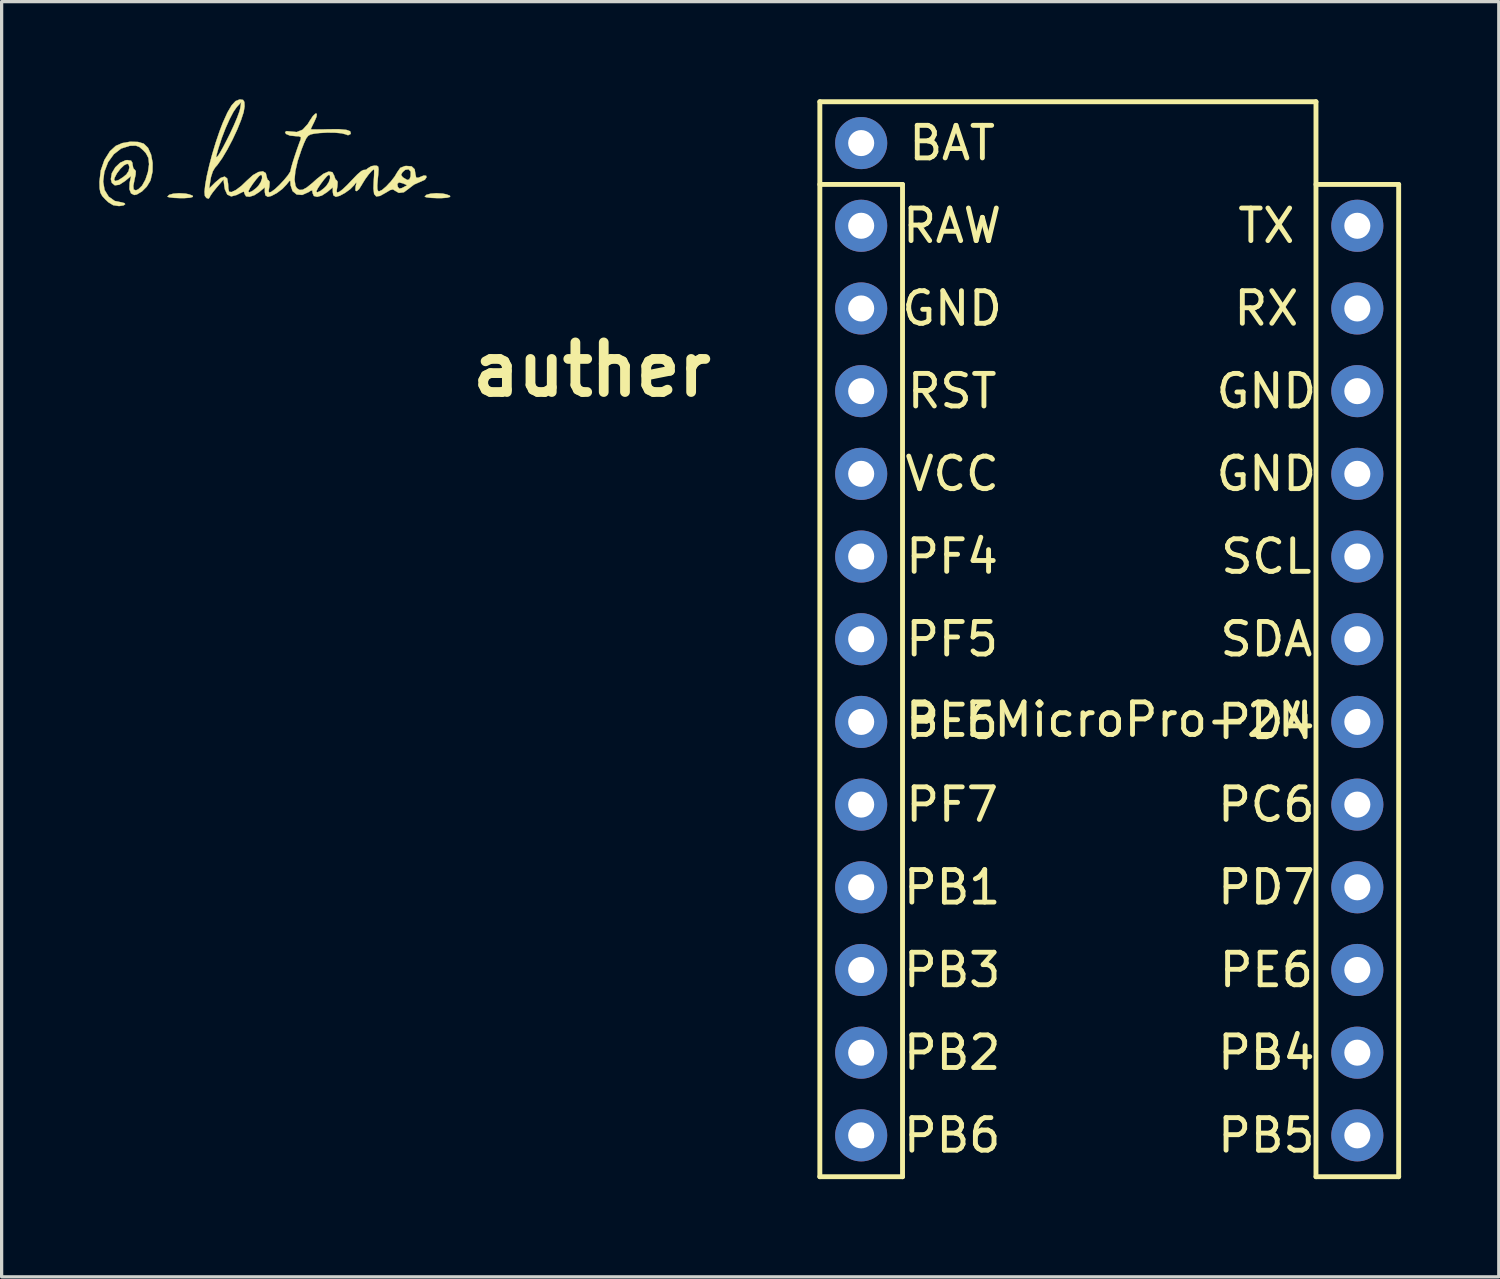
<source format=kicad_pcb>
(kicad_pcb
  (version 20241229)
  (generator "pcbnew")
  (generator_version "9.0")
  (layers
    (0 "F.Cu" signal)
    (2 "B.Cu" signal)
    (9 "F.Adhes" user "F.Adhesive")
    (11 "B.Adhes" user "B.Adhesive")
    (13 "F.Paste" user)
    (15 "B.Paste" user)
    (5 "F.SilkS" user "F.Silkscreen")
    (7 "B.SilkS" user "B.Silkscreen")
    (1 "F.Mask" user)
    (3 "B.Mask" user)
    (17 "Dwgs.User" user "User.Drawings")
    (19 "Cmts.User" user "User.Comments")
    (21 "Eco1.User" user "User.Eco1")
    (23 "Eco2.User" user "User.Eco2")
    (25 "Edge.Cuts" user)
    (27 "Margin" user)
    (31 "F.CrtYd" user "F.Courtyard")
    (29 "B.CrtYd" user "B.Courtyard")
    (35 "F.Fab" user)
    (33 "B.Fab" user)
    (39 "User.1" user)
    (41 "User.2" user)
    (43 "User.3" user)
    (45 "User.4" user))
  (footprint "BLEMicroPro-2N"
    (layer "F.Cu")
    (at 31.023 17.855)
    (property "Reference" "BLEMicroPro-2N" (at 0 1.2 0) (layer "F.SilkS") (effects (font (size 1 1) (thickness 0.15))))
    (attr through_hole)
    (fp_line (start -8.89 -17.78) (end -8.89 15.24) (stroke (width 0.15) (type solid)) (layer "F.SilkS"))
    (fp_line (start -8.89 15.24) (end -6.35 15.24) (stroke (width 0.15) (type solid)) (layer "F.SilkS"))
    (fp_line (start -6.35 -15.24) (end -8.89 -15.24) (stroke (width 0.15) (type solid)) (layer "F.SilkS"))
    (fp_line (start -6.35 15.24) (end -6.35 -15.24) (stroke (width 0.15) (type solid)) (layer "F.SilkS"))
    (fp_line (start 6.35 -17.78) (end -8.89 -17.78) (stroke (width 0.15) (type solid)) (layer "F.SilkS"))
    (fp_line (start 6.35 -17.78) (end 6.35 15.24) (stroke (width 0.15) (type solid)) (layer "F.SilkS"))
    (fp_line (start 6.35 15.24) (end 8.89 15.24) (stroke (width 0.15) (type solid)) (layer "F.SilkS"))
    (fp_line (start 8.89 -15.24) (end 6.35 -15.24) (stroke (width 0.15) (type solid)) (layer "F.SilkS"))
    (fp_line (start 8.89 15.24) (end 8.89 -15.24) (stroke (width 0.15) (type solid)) (layer "F.SilkS"))
    (fp_text user "PB1" (at -4.826 6.35 0) (layer "F.SilkS") (effects (font (size 1 1) (thickness 0.15))))
    (fp_text user "VCC" (at -4.826 -6.35 0) (layer "F.SilkS") (effects (font (size 1 1) (thickness 0.15))))
    (fp_text user "PB2" (at -4.826 11.43 0) (layer "F.SilkS") (effects (font (size 1 1) (thickness 0.15))))
    (fp_text user "PB6" (at -4.826 13.97 0) (layer "F.SilkS") (effects (font (size 1 1) (thickness 0.15))))
    (fp_text user "GND" (at 4.826 -6.35 0) (layer "F.SilkS") (effects (font (size 1 1) (thickness 0.15))))
    (fp_text user "BAT" (at -4.826 -16.51 0) (layer "F.SilkS") (effects (font (size 1 1) (thickness 0.15))))
    (fp_text user "PD4" (at 4.826 1.27 0) (layer "F.SilkS") (effects (font (size 1 1) (thickness 0.15))))
    (fp_text user "RAW" (at -4.826 -13.97 0) (layer "F.SilkS") (effects (font (size 1 1) (thickness 0.15))))
    (fp_text user "PE6" (at 4.826 8.89 0) (layer "F.SilkS") (effects (font (size 1 1) (thickness 0.15))))
    (fp_text user "PF5" (at -4.826 -1.27 0) (layer "F.SilkS") (effects (font (size 1 1) (thickness 0.15))))
    (fp_text user "RST" (at -4.826 -8.89 0) (layer "F.SilkS") (effects (font (size 1 1) (thickness 0.15))))
    (fp_text user "TX" (at 4.826 -13.97 0) (layer "F.SilkS") (effects (font (size 1 1) (thickness 0.15))))
    (fp_text user "GND" (at 4.826 -8.89 0) (layer "F.SilkS") (effects (font (size 1 1) (thickness 0.15))))
    (fp_text user "PF4" (at -4.826 -3.81 0) (layer "F.SilkS") (effects (font (size 1 1) (thickness 0.15))))
    (fp_text user "SDA" (at 4.826 -1.27 0) (layer "F.SilkS") (effects (font (size 1 1) (thickness 0.15))))
    (fp_text user "PB3" (at -4.826 8.89 0) (layer "F.SilkS") (effects (font (size 1 1) (thickness 0.15))))
    (fp_text user "SCL" (at 4.826 -3.81 0) (layer "F.SilkS") (effects (font (size 1 1) (thickness 0.15))))
    (fp_text user "PD7" (at 4.826 6.35 0) (layer "F.SilkS") (effects (font (size 1 1) (thickness 0.15))))
    (fp_text user "PB4" (at 4.826 11.43 0) (layer "F.SilkS") (effects (font (size 1 1) (thickness 0.15))))
    (fp_text user "PC6" (at 4.826 3.81 0) (layer "F.SilkS") (effects (font (size 1 1) (thickness 0.15))))
    (fp_text user "GND" (at -4.826 -11.43 0) (layer "F.SilkS") (effects (font (size 1 1) (thickness 0.15))))
    (fp_text user "RX" (at 4.826 -11.43 0) (layer "F.SilkS") (effects (font (size 1 1) (thickness 0.15))))
    (fp_text user "PF6" (at -4.826 1.27 0) (layer "F.SilkS") (effects (font (size 1 1) (thickness 0.15))))
    (fp_text user "PF7" (at -4.826 3.81 0) (layer "F.SilkS") (effects (font (size 1 1) (thickness 0.15))))
    (fp_text user "PB5" (at 4.826 13.97 0) (layer "F.SilkS") (effects (font (size 1 1) (thickness 0.15))))
    (pad "1" thru_hole circle (at 7.62 -13.97 180) (size 1.6 1.6) (drill 0.8) (layers "*.Cu" "*.Mask"))
    (pad "2" thru_hole circle (at 7.62 -11.43 180) (size 1.6 1.6) (drill 0.8) (layers "*.Cu" "*.Mask"))
    (pad "3" thru_hole circle (at 7.62 -8.89 180) (size 1.6 1.6) (drill 0.8) (layers "*.Cu" "*.Mask"))
    (pad "4" thru_hole circle (at 7.62 -6.35 180) (size 1.6 1.6) (drill 0.8) (layers "*.Cu" "*.Mask"))
    (pad "5" thru_hole circle (at 7.62 -3.81 180) (size 1.6 1.6) (drill 0.8) (layers "*.Cu" "*.Mask"))
    (pad "6" thru_hole circle (at 7.62 -1.27 180) (size 1.6 1.6) (drill 0.8) (layers "*.Cu" "*.Mask"))
    (pad "7" thru_hole circle (at 7.62 1.27 180) (size 1.6 1.6) (drill 0.8) (layers "*.Cu" "*.Mask"))
    (pad "8" thru_hole circle (at 7.62 3.81 180) (size 1.6 1.6) (drill 0.8) (layers "*.Cu" "*.Mask"))
    (pad "9" thru_hole circle (at 7.62 6.35 180) (size 1.6 1.6) (drill 0.8) (layers "*.Cu" "*.Mask"))
    (pad "10" thru_hole circle (at 7.62 8.89 180) (size 1.6 1.6) (drill 0.8) (layers "*.Cu" "*.Mask"))
    (pad "11" thru_hole circle (at 7.62 11.43 180) (size 1.6 1.6) (drill 0.8) (layers "*.Cu" "*.Mask"))
    (pad "12" thru_hole circle (at 7.62 13.97 180) (size 1.6 1.6) (drill 0.8) (layers "*.Cu" "*.Mask"))
    (pad "13" thru_hole circle (at -7.62 13.97 180) (size 1.6 1.6) (drill 0.8) (layers "*.Cu" "*.Mask"))
    (pad "14" thru_hole circle (at -7.62 11.43 180) (size 1.6 1.6) (drill 0.8) (layers "*.Cu" "*.Mask"))
    (pad "15" thru_hole circle (at -7.62 8.89 180) (size 1.6 1.6) (drill 0.8) (layers "*.Cu" "*.Mask"))
    (pad "16" thru_hole circle (at -7.62 6.35 180) (size 1.6 1.6) (drill 0.8) (layers "*.Cu" "*.Mask"))
    (pad "17" thru_hole circle (at -7.62 3.81 180) (size 1.6 1.6) (drill 0.8) (layers "*.Cu" "*.Mask"))
    (pad "18" thru_hole circle (at -7.62 1.27 180) (size 1.6 1.6) (drill 0.8) (layers "*.Cu" "*.Mask"))
    (pad "19" thru_hole circle (at -7.62 -1.27 180) (size 1.6 1.6) (drill 0.8) (layers "*.Cu" "*.Mask"))
    (pad "20" thru_hole circle (at -7.62 -3.81 180) (size 1.6 1.6) (drill 0.8) (layers "*.Cu" "*.Mask"))
    (pad "21" thru_hole circle (at -7.62 -6.35 180) (size 1.6 1.6) (drill 0.8) (layers "*.Cu" "*.Mask"))
    (pad "22" thru_hole circle (at -7.62 -8.89 180) (size 1.6 1.6) (drill 0.8) (layers "*.Cu" "*.Mask"))
    (pad "23" thru_hole circle (at -7.62 -11.43 180) (size 1.6 1.6) (drill 0.8) (layers "*.Cu" "*.Mask"))
    (pad "24" thru_hole circle (at -7.62 -13.97 180) (size 1.6 1.6) (drill 0.8) (layers "*.Cu" "*.Mask"))
    (pad "25" thru_hole circle (at -7.62 -16.51 180) (size 1.6 1.6) (drill 0.8) (layers "*.Cu" "*.Mask")))
  (footprint "auther"
    (layer "F.Cu")
    (at 15.132 8.302)
    (property "Reference" "auther" (at 0 0 0) (layer "F.SilkS") (effects (font (size 1.524 1.524) (thickness 0.3))))
    (attr through_hole)
    (fp_poly (pts (xy -12.49 -5.406) (xy -12.375 -5.383) (xy -12.264 -5.341) (xy -12.257 -5.305) (xy -12.347 -5.279) (xy -12.527 -5.266) (xy -12.644 -5.266) (xy -12.838 -5.274) (xy -12.979 -5.29) (xy -13.038 -5.309) (xy -13.039 -5.311) (xy -12.988 -5.367) (xy -12.858 -5.403) (xy -12.682 -5.417) (xy -12.49 -5.406)) (stroke (width 0.01) (type solid)) (fill yes) (layer "F.SilkS"))
    (fp_poly (pts (xy -4.588 -5.406) (xy -4.473 -5.383) (xy -4.361 -5.341) (xy -4.355 -5.305) (xy -4.445 -5.279) (xy -4.624 -5.266) (xy -4.741 -5.266) (xy -4.936 -5.274) (xy -5.077 -5.29) (xy -5.136 -5.309) (xy -5.136 -5.311) (xy -5.086 -5.367) (xy -4.956 -5.403) (xy -4.779 -5.417) (xy -4.588 -5.406)) (stroke (width 0.01) (type solid)) (fill yes) (layer "F.SilkS"))
    (fp_poly (pts (xy -13.944 -6.992) (xy -13.769 -6.941) (xy -13.635 -6.811) (xy -13.542 -6.604) (xy -13.494 -6.35) (xy -13.497 -6.08) (xy -13.556 -5.824) (xy -13.568 -5.793) (xy -13.674 -5.619) (xy -13.822 -5.471) (xy -13.978 -5.379) (xy -14.058 -5.362) (xy -14.157 -5.411) (xy -14.207 -5.542) (xy -14.2 -5.734) (xy -14.193 -5.769) (xy -14.154 -5.948) (xy -14.338 -5.793) (xy -14.516 -5.678) (xy -14.655 -5.659) (xy -14.747 -5.734) (xy -14.771 -5.827) (xy -14.676 -5.827) (xy -14.638 -5.791) (xy -14.539 -5.822) (xy -14.401 -5.911) (xy -14.301 -5.994) (xy -14.232 -6.097) (xy -14.208 -6.213) (xy -14.231 -6.3) (xy -14.276 -6.322) (xy -14.37 -6.277) (xy -14.484 -6.167) (xy -14.592 -6.026) (xy -14.662 -5.89) (xy -14.676 -5.827) (xy -14.771 -5.827) (xy -14.777 -5.851) (xy -14.747 -6.032) (xy -14.642 -6.211) (xy -14.49 -6.355) (xy -14.322 -6.43) (xy -14.275 -6.435) (xy -14.156 -6.418) (xy -14.114 -6.349) (xy -14.111 -6.298) (xy -14.087 -6.185) (xy -14.045 -6.14) (xy -14.011 -6.097) (xy -14.016 -5.99) (xy -14.047 -5.85) (xy -14.087 -5.643) (xy -14.075 -5.53) (xy -14.009 -5.506) (xy -13.934 -5.536) (xy -13.818 -5.649) (xy -13.714 -5.837) (xy -13.638 -6.064) (xy -13.605 -6.293) (xy -13.604 -6.312) (xy -13.623 -6.5) (xy -13.698 -6.643) (xy -13.775 -6.728) (xy -13.898 -6.836) (xy -14.01 -6.878) (xy -14.169 -6.875) (xy -14.203 -6.871) (xy -14.461 -6.789) (xy -14.686 -6.615) (xy -14.863 -6.37) (xy -14.977 -6.074) (xy -15.014 -5.773) (xy -14.969 -5.516) (xy -14.843 -5.311) (xy -14.655 -5.178) (xy -14.447 -5.136) (xy -14.357 -5.112) (xy -14.337 -5.08) (xy -14.387 -5.043) (xy -14.509 -5.024) (xy -14.54 -5.024) (xy -14.705 -5.049) (xy -14.854 -5.14) (xy -14.935 -5.215) (xy -15.041 -5.33) (xy -15.098 -5.434) (xy -15.122 -5.568) (xy -15.127 -5.77) (xy -15.087 -6.116) (xy -14.975 -6.438) (xy -14.806 -6.707) (xy -14.625 -6.872) (xy -14.426 -6.957) (xy -14.183 -6.999) (xy -13.944 -6.992)) (stroke (width 0.01) (type solid)) (fill yes) (layer "F.SilkS"))
    (fp_poly (pts (xy -10.715 -8.283) (xy -10.676 -8.22) (xy -10.669 -8.086) (xy -10.698 -7.907) (xy -10.779 -7.66) (xy -10.897 -7.369) (xy -11.041 -7.061) (xy -11.199 -6.76) (xy -11.359 -6.491) (xy -11.508 -6.281) (xy -11.577 -6.203) (xy -11.645 -6.089) (xy -11.701 -5.915) (xy -11.716 -5.833) (xy -11.757 -5.563) (xy -11.575 -5.745) (xy -11.405 -5.887) (xy -11.28 -5.928) (xy -11.203 -5.87) (xy -11.176 -5.712) (xy -11.176 -5.71) (xy -11.168 -5.562) (xy -11.147 -5.468) (xy -11.141 -5.459) (xy -11.062 -5.454) (xy -11.04 -5.465) (xy -10.555 -5.465) (xy -10.519 -5.444) (xy -10.431 -5.485) (xy -10.317 -5.572) (xy -10.248 -5.641) (xy -10.172 -5.756) (xy -10.132 -5.876) (xy -10.136 -5.962) (xy -10.169 -5.983) (xy -10.226 -5.941) (xy -10.317 -5.836) (xy -10.419 -5.702) (xy -10.505 -5.572) (xy -10.552 -5.479) (xy -10.555 -5.465) (xy -11.04 -5.465) (xy -10.931 -5.519) (xy -10.769 -5.641) (xy -10.598 -5.805) (xy -10.596 -5.807) (xy -10.413 -5.973) (xy -10.245 -6.068) (xy -10.108 -6.09) (xy -10.018 -6.036) (xy -9.991 -5.923) (xy -9.965 -5.833) (xy -9.932 -5.814) (xy -9.899 -5.764) (xy -9.908 -5.624) (xy -9.911 -5.61) (xy -9.93 -5.48) (xy -9.914 -5.437) (xy -9.851 -5.459) (xy -9.843 -5.464) (xy -9.735 -5.543) (xy -9.598 -5.672) (xy -9.458 -5.822) (xy -9.34 -5.965) (xy -9.268 -6.076) (xy -9.257 -6.111) (xy -9.239 -6.196) (xy -9.193 -6.356) (xy -9.128 -6.559) (xy -9.055 -6.776) (xy -8.984 -6.974) (xy -8.946 -7.07) (xy -8.938 -7.139) (xy -9.006 -7.166) (xy -9.077 -7.168) (xy -9.275 -7.187) (xy -9.397 -7.238) (xy -9.426 -7.293) (xy -9.38 -7.325) (xy -9.291 -7.316) (xy -9.066 -7.296) (xy -8.885 -7.369) (xy -8.728 -7.542) (xy -8.677 -7.627) (xy -8.572 -7.787) (xy -8.492 -7.864) (xy -8.45 -7.856) (xy -8.461 -7.765) (xy -8.524 -7.619) (xy -8.592 -7.482) (xy -8.632 -7.395) (xy -8.636 -7.382) (xy -8.584 -7.377) (xy -8.443 -7.376) (xy -8.237 -7.378) (xy -8.086 -7.382) (xy -7.763 -7.383) (xy -7.545 -7.363) (xy -7.428 -7.322) (xy -7.406 -7.257) (xy -7.419 -7.231) (xy -7.491 -7.198) (xy -7.563 -7.225) (xy -7.688 -7.258) (xy -7.89 -7.276) (xy -8.132 -7.279) (xy -8.378 -7.265) (xy -8.536 -7.245) (xy -8.641 -7.223) (xy -8.715 -7.181) (xy -8.777 -7.099) (xy -8.845 -6.952) (xy -8.918 -6.766) (xy -9.037 -6.412) (xy -9.11 -6.096) (xy -9.134 -5.835) (xy -9.107 -5.647) (xy -9.062 -5.571) (xy -8.982 -5.518) (xy -8.887 -5.523) (xy -8.761 -5.591) (xy -8.586 -5.732) (xy -8.451 -5.854) (xy -8.248 -6.013) (xy -8.086 -6.084) (xy -7.972 -6.064) (xy -7.914 -5.952) (xy -7.912 -5.941) (xy -7.877 -5.842) (xy -7.839 -5.814) (xy -7.811 -5.764) (xy -7.818 -5.634) (xy -7.822 -5.61) (xy -7.842 -5.48) (xy -7.826 -5.437) (xy -7.762 -5.46) (xy -7.748 -5.467) (xy -7.656 -5.537) (xy -7.519 -5.667) (xy -7.364 -5.829) (xy -7.349 -5.845) (xy -7.206 -5.993) (xy -7.088 -6.095) (xy -7.016 -6.132) (xy -7.009 -6.13) (xy -6.934 -6.14) (xy -6.886 -6.181) (xy -6.778 -6.247) (xy -6.676 -6.265) (xy -6.604 -6.261) (xy -6.565 -6.232) (xy -6.553 -6.153) (xy -6.563 -6.001) (xy -6.576 -5.87) (xy -6.593 -5.658) (xy -6.59 -5.536) (xy -6.565 -5.483) (xy -6.537 -5.475) (xy -6.446 -5.517) (xy -6.318 -5.626) (xy -6.248 -5.701) (xy -5.978 -5.701) (xy -5.963 -5.616) (xy -5.919 -5.558) (xy -5.838 -5.576) (xy -5.802 -5.594) (xy -5.675 -5.662) (xy -5.801 -5.719) (xy -5.927 -5.749) (xy -5.978 -5.701) (xy -6.248 -5.701) (xy -6.179 -5.774) (xy -6.055 -5.934) (xy -6.027 -5.981) (xy -5.862 -5.981) (xy -5.815 -5.914) (xy -5.787 -5.892) (xy -5.671 -5.824) (xy -5.607 -5.841) (xy -5.569 -5.936) (xy -5.566 -6.081) (xy -5.631 -6.152) (xy -5.735 -6.135) (xy -5.819 -6.062) (xy -5.862 -5.981) (xy -6.027 -5.981) (xy -5.976 -6.068) (xy -5.886 -6.196) (xy -5.749 -6.25) (xy -5.706 -6.255) (xy -5.537 -6.242) (xy -5.445 -6.153) (xy -5.42 -5.991) (xy -5.398 -5.896) (xy -5.334 -5.892) (xy -5.201 -5.946) (xy -5.165 -5.961) (xy -5.092 -5.954) (xy -5.08 -5.907) (xy -5.132 -5.83) (xy -5.27 -5.767) (xy -5.282 -5.763) (xy -5.461 -5.684) (xy -5.614 -5.568) (xy -5.618 -5.563) (xy -5.776 -5.446) (xy -5.931 -5.427) (xy -6.05 -5.495) (xy -6.111 -5.534) (xy -6.195 -5.515) (xy -6.333 -5.432) (xy -6.509 -5.334) (xy -6.625 -5.318) (xy -6.69 -5.392) (xy -6.711 -5.562) (xy -6.704 -5.758) (xy -6.692 -5.953) (xy -6.689 -6.093) (xy -6.693 -6.152) (xy -6.694 -6.152) (xy -6.756 -6.109) (xy -6.852 -6.001) (xy -6.958 -5.857) (xy -7.05 -5.709) (xy -7.062 -5.687) (xy -7.152 -5.543) (xy -7.225 -5.48) (xy -7.266 -5.502) (xy -7.26 -5.613) (xy -7.256 -5.63) (xy -7.233 -5.736) (xy -7.249 -5.739) (xy -7.306 -5.663) (xy -7.424 -5.542) (xy -7.586 -5.425) (xy -7.75 -5.337) (xy -7.867 -5.306) (xy -7.942 -5.353) (xy -7.959 -5.452) (xy -7.959 -5.598) (xy -8.132 -5.452) (xy -8.295 -5.346) (xy -8.439 -5.306) (xy -8.542 -5.332) (xy -8.58 -5.422) (xy -8.584 -5.465) (xy -8.467 -5.465) (xy -8.431 -5.444) (xy -8.342 -5.485) (xy -8.229 -5.572) (xy -8.159 -5.641) (xy -8.083 -5.756) (xy -8.043 -5.876) (xy -8.047 -5.962) (xy -8.081 -5.983) (xy -8.137 -5.941) (xy -8.229 -5.836) (xy -8.33 -5.702) (xy -8.417 -5.572) (xy -8.464 -5.479) (xy -8.467 -5.465) (xy -8.584 -5.465) (xy -8.588 -5.5) (xy -8.633 -5.497) (xy -8.705 -5.45) (xy -8.899 -5.364) (xy -9.069 -5.378) (xy -9.195 -5.481) (xy -9.256 -5.664) (xy -9.259 -5.711) (xy -9.264 -5.795) (xy -9.29 -5.796) (xy -9.358 -5.712) (xy -9.374 -5.69) (xy -9.508 -5.55) (xy -9.678 -5.422) (xy -9.846 -5.333) (xy -9.955 -5.306) (xy -10.03 -5.353) (xy -10.047 -5.452) (xy -10.047 -5.598) (xy -10.221 -5.452) (xy -10.373 -5.354) (xy -10.517 -5.309) (xy -10.624 -5.321) (xy -10.668 -5.393) (xy -10.668 -5.395) (xy -10.689 -5.462) (xy -10.71 -5.464) (xy -10.787 -5.426) (xy -10.912 -5.364) (xy -10.912 -5.363) (xy -11.08 -5.319) (xy -11.201 -5.376) (xy -11.274 -5.536) (xy -11.289 -5.62) (xy -11.317 -5.838) (xy -11.529 -5.59) (xy -11.644 -5.448) (xy -11.72 -5.339) (xy -11.74 -5.296) (xy -11.773 -5.25) (xy -11.84 -5.27) (xy -11.889 -5.334) (xy -11.9 -5.46) (xy -11.878 -5.673) (xy -11.828 -5.952) (xy -11.753 -6.276) (xy -11.687 -6.527) (xy -11.541 -6.527) (xy -11.521 -6.527) (xy -11.479 -6.576) (xy -11.418 -6.672) (xy -11.323 -6.843) (xy -11.208 -7.064) (xy -11.114 -7.253) (xy -10.997 -7.504) (xy -10.898 -7.738) (xy -10.829 -7.925) (xy -10.805 -8.015) (xy -10.772 -8.213) (xy -10.91 -8.063) (xy -11.011 -7.918) (xy -11.13 -7.691) (xy -11.255 -7.411) (xy -11.373 -7.104) (xy -11.473 -6.797) (xy -11.48 -6.773) (xy -11.527 -6.604) (xy -11.541 -6.527) (xy -11.687 -6.527) (xy -11.661 -6.625) (xy -11.554 -6.979) (xy -11.439 -7.318) (xy -11.341 -7.574) (xy -11.196 -7.896) (xy -11.066 -8.118) (xy -10.945 -8.248) (xy -10.824 -8.296) (xy -10.805 -8.297) (xy -10.715 -8.283)) (stroke (width 0.01) (type solid)) (fill yes) (layer "F.SilkS")))
  (gr_rect
    (start -3 -3)
    (end 42.988 36.17)
    (stroke (width 0.1) (type default))
    (fill no)
    (layer "Edge.Cuts")))
</source>
